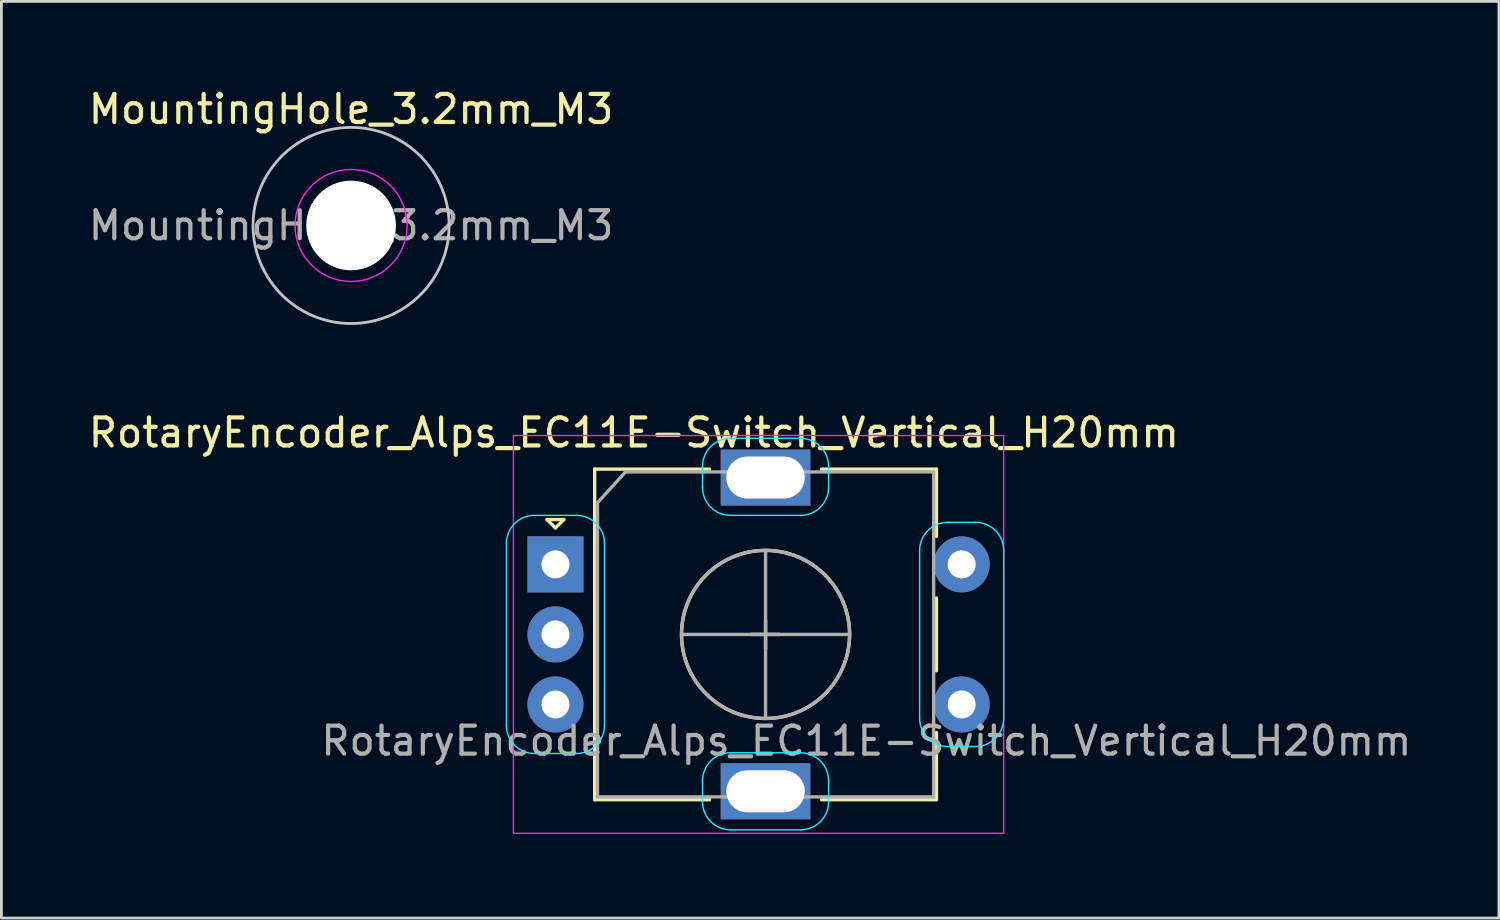
<source format=kicad_pcb>
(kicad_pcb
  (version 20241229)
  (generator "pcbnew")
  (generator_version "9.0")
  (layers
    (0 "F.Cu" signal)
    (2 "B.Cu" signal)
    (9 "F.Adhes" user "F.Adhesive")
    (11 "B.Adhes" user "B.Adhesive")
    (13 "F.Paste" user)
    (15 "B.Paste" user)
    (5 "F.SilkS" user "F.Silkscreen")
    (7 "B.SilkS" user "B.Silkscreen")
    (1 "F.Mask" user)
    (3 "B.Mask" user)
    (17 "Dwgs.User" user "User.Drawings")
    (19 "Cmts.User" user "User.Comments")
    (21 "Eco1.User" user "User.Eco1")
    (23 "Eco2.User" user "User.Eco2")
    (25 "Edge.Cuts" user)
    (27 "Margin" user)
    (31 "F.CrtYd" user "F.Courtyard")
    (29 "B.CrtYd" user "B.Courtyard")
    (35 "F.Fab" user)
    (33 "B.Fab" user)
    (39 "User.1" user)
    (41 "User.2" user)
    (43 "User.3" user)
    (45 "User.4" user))
  (footprint "MountingHole_3.2mm_M3"
    (layer "F.Cu")
    (at 9.482 4.998)
    (property "Reference" "MountingHole_3.2mm_M3" (at 0 -4.15 0) (layer "F.SilkS") (effects (font (size 1 1) (thickness 0.15))))
    (attr exclude_from_pos_files exclude_from_bom)
    (fp_circle (center 0 0) (end 3.5 0) (stroke (width 0.1) (type solid)) (fill no) (layer "Dwgs.User"))
    (fp_circle (center 0 0) (end 2.2 0) (stroke (width 0.1) (type solid)) (fill no) (layer "Eco1.User"))
    (fp_circle (center 0 0) (end 0.9 0) (stroke (width 0.05) (type solid)) (fill no) (layer "B.CrtYd"))
    (fp_circle (center 0 0) (end 2 0) (stroke (width 0.05) (type solid)) (fill no) (layer "F.CrtYd"))
    (fp_text user "${REFERENCE}" (at 0 0 0) (layer "F.Fab") (effects (font (size 1 1) (thickness 0.15))))
    (pad "" np_thru_hole circle (at 0 0) (size 3.2 3.2) (drill 3.2) (layers "*.Cu" "*.Mask")))
  (footprint "RotaryEncoder_Alps_EC11E-Switch_Vertical_H20mm"
    (layer "F.Cu")
    (at 16.777 17.096)
    (property "Reference" "RotaryEncoder_Alps_EC11E-Switch_Vertical_H20mm" (at 2.8 -4.7 0) (layer "F.SilkS") (effects (font (size 1 1) (thickness 0.15))))
    (attr through_hole)
    (fp_line (start -0.3 -1.6) (end 0.3 -1.6) (stroke (width 0.12) (type solid)) (layer "F.SilkS"))
    (fp_line (start 0 -1.3) (end -0.3 -1.6) (stroke (width 0.12) (type solid)) (layer "F.SilkS"))
    (fp_line (start 0.3 -1.6) (end 0 -1.3) (stroke (width 0.12) (type solid)) (layer "F.SilkS"))
    (fp_line (start 1.4 -3.4) (end 1.4 8.4) (stroke (width 0.12) (type solid)) (layer "F.SilkS"))
    (fp_line (start 5.5 -3.4) (end 1.4 -3.4) (stroke (width 0.12) (type solid)) (layer "F.SilkS"))
    (fp_line (start 5.5 8.4) (end 1.4 8.4) (stroke (width 0.12) (type solid)) (layer "F.SilkS"))
    (fp_line (start 7 2.5) (end 8 2.5) (stroke (width 0.12) (type solid)) (layer "F.SilkS"))
    (fp_line (start 7.5 2) (end 7.5 3) (stroke (width 0.12) (type solid)) (layer "F.SilkS"))
    (fp_line (start 9.5 -3.4) (end 13.6 -3.4) (stroke (width 0.12) (type solid)) (layer "F.SilkS"))
    (fp_line (start 13.6 -3.4) (end 13.6 -1) (stroke (width 0.12) (type solid)) (layer "F.SilkS"))
    (fp_line (start 13.6 1.2) (end 13.6 3.8) (stroke (width 0.12) (type solid)) (layer "F.SilkS"))
    (fp_line (start 13.6 6) (end 13.6 8.4) (stroke (width 0.12) (type solid)) (layer "F.SilkS"))
    (fp_line (start 13.6 8.4) (end 9.5 8.4) (stroke (width 0.12) (type solid)) (layer "F.SilkS"))
    (fp_circle (center 7.5 2.5) (end 10.5 2.5) (stroke (width 0.12) (type solid)) (fill no) (layer "F.SilkS"))
    (fp_rect (start 0.75 -4) (end 14.25 9) (stroke (width 0.1) (type default)) (fill no) (layer "Eco1.User"))
    (fp_line (start -1.75 5.75) (end -1.75 -0.75) (stroke (width 0.05) (type default)) (layer "B.CrtYd"))
    (fp_line (start -0.75 -1.75) (end 0.75 -1.75) (stroke (width 0.05) (type default)) (layer "B.CrtYd"))
    (fp_line (start 0.75 6.75) (end -0.75 6.75) (stroke (width 0.05) (type default)) (layer "B.CrtYd"))
    (fp_line (start 1.75 -0.75) (end 1.75 5.75) (stroke (width 0.05) (type default)) (layer "B.CrtYd"))
    (fp_line (start 5.25 -2.75) (end 5.25 -3.5) (stroke (width 0.05) (type default)) (layer "B.CrtYd"))
    (fp_line (start 5.25 8.475) (end 5.25 7.725) (stroke (width 0.05) (type default)) (layer "B.CrtYd"))
    (fp_line (start 6.25 -4.5) (end 8.75 -4.5) (stroke (width 0.05) (type default)) (layer "B.CrtYd"))
    (fp_line (start 6.25 6.725) (end 8.75 6.725) (stroke (width 0.05) (type default)) (layer "B.CrtYd"))
    (fp_line (start 8.75 -1.75) (end 6.25 -1.75) (stroke (width 0.05) (type default)) (layer "B.CrtYd"))
    (fp_line (start 8.75 9.475) (end 6.25 9.475) (stroke (width 0.05) (type default)) (layer "B.CrtYd"))
    (fp_line (start 9.75 -3.5) (end 9.75 -2.75) (stroke (width 0.05) (type default)) (layer "B.CrtYd"))
    (fp_line (start 9.75 7.725) (end 9.75 8.475) (stroke (width 0.05) (type default)) (layer "B.CrtYd"))
    (fp_line (start 13 5.5) (end 13 -0.5) (stroke (width 0.05) (type default)) (layer "B.CrtYd"))
    (fp_line (start 14 -1.5) (end 15 -1.5) (stroke (width 0.05) (type default)) (layer "B.CrtYd"))
    (fp_line (start 15 6.5) (end 14 6.5) (stroke (width 0.05) (type default)) (layer "B.CrtYd"))
    (fp_line (start 16 -0.5) (end 16 5.5) (stroke (width 0.05) (type default)) (layer "B.CrtYd"))
    (fp_arc (start -1.75 -0.75) (mid -1.457107 -1.457107) (end -0.75 -1.75) (stroke (width 0.05) (type default)) (layer "B.CrtYd"))
    (fp_arc (start -0.75 6.75) (mid -1.457107 6.457107) (end -1.75 5.75) (stroke (width 0.05) (type default)) (layer "B.CrtYd"))
    (fp_arc (start 0.75 -1.75) (mid 1.457107 -1.457107) (end 1.75 -0.75) (stroke (width 0.05) (type default)) (layer "B.CrtYd"))
    (fp_arc (start 1.75 5.75) (mid 1.457107 6.457107) (end 0.75 6.75) (stroke (width 0.05) (type default)) (layer "B.CrtYd"))
    (fp_arc (start 5.25 -3.5) (mid 5.542893 -4.207107) (end 6.25 -4.5) (stroke (width 0.05) (type default)) (layer "B.CrtYd"))
    (fp_arc (start 5.25 7.725) (mid 5.542893 7.017893) (end 6.25 6.725) (stroke (width 0.05) (type default)) (layer "B.CrtYd"))
    (fp_arc (start 6.25 -1.75) (mid 5.542893 -2.042893) (end 5.25 -2.75) (stroke (width 0.05) (type default)) (layer "B.CrtYd"))
    (fp_arc (start 6.25 9.475) (mid 5.542893 9.182107) (end 5.25 8.475) (stroke (width 0.05) (type default)) (layer "B.CrtYd"))
    (fp_arc (start 8.75 -4.5) (mid 9.457107 -4.207107) (end 9.75 -3.5) (stroke (width 0.05) (type default)) (layer "B.CrtYd"))
    (fp_arc (start 8.75 6.725) (mid 9.457107 7.017893) (end 9.75 7.725) (stroke (width 0.05) (type default)) (layer "B.CrtYd"))
    (fp_arc (start 9.75 -2.75) (mid 9.457107 -2.042893) (end 8.75 -1.75) (stroke (width 0.05) (type default)) (layer "B.CrtYd"))
    (fp_arc (start 9.75 8.475) (mid 9.457107 9.182107) (end 8.75 9.475) (stroke (width 0.05) (type default)) (layer "B.CrtYd"))
    (fp_arc (start 13 -0.5) (mid 13.292893 -1.207107) (end 14 -1.5) (stroke (width 0.05) (type default)) (layer "B.CrtYd"))
    (fp_arc (start 14 6.5) (mid 13.292893 6.207107) (end 13 5.5) (stroke (width 0.05) (type default)) (layer "B.CrtYd"))
    (fp_arc (start 15 -1.5) (mid 15.707107 -1.207107) (end 16 -0.5) (stroke (width 0.05) (type default)) (layer "B.CrtYd"))
    (fp_arc (start 16 5.5) (mid 15.707107 6.207107) (end 15 6.5) (stroke (width 0.05) (type default)) (layer "B.CrtYd"))
    (fp_line (start -1.5 -4.6) (end -1.5 9.6) (stroke (width 0.05) (type solid)) (layer "F.CrtYd"))
    (fp_line (start -1.5 -4.6) (end 16 -4.6) (stroke (width 0.05) (type solid)) (layer "F.CrtYd"))
    (fp_line (start 16 9.6) (end -1.5 9.6) (stroke (width 0.05) (type solid)) (layer "F.CrtYd"))
    (fp_line (start 16 9.6) (end 16 -4.6) (stroke (width 0.05) (type solid)) (layer "F.CrtYd"))
    (fp_line (start 1.5 -2.2) (end 2.5 -3.3) (stroke (width 0.12) (type solid)) (layer "F.Fab"))
    (fp_line (start 1.5 8.3) (end 1.5 -2.2) (stroke (width 0.12) (type solid)) (layer "F.Fab"))
    (fp_line (start 2.5 -3.3) (end 13.5 -3.3) (stroke (width 0.12) (type solid)) (layer "F.Fab"))
    (fp_line (start 4.5 2.5) (end 10.5 2.5) (stroke (width 0.12) (type solid)) (layer "F.Fab"))
    (fp_line (start 7.5 -0.5) (end 7.5 5.5) (stroke (width 0.12) (type solid)) (layer "F.Fab"))
    (fp_line (start 13.5 -3.3) (end 13.5 8.3) (stroke (width 0.12) (type solid)) (layer "F.Fab"))
    (fp_line (start 13.5 8.3) (end 1.5 8.3) (stroke (width 0.12) (type solid)) (layer "F.Fab"))
    (fp_circle (center 7.5 2.5) (end 10.5 2.5) (stroke (width 0.12) (type solid)) (fill no) (layer "F.Fab"))
    (fp_text user "${REFERENCE}" (at 11.1 6.3 0) (layer "F.Fab") (effects (font (size 1 1) (thickness 0.15))))
    (pad "A" thru_hole rect (at 0 0) (size 2 2) (drill 1) (layers "*.Cu" "*.Mask"))
    (pad "B" thru_hole circle (at 0 5) (size 2 2) (drill 1) (layers "*.Cu" "*.Mask"))
    (pad "C" thru_hole circle (at 0 2.5) (size 2 2) (drill 1) (layers "*.Cu" "*.Mask"))
    (pad "MP" thru_hole rect (at 7.5 -3.1) (size 3.2 2) (drill oval 2.8 1.5) (layers "*.Cu" "*.Mask"))
    (pad "MP" thru_hole rect (at 7.5 8.1) (size 3.2 2) (drill oval 2.8 1.5) (layers "*.Cu" "*.Mask"))
    (pad "S1" thru_hole circle (at 14.5 5) (size 2 2) (drill 1) (layers "*.Cu" "*.Mask"))
    (pad "S2" thru_hole circle (at 14.5 0) (size 2 2) (drill 1) (layers "*.Cu" "*.Mask")))
  (gr_rect
    (start -3 -3)
    (end 50.455 29.721)
    (stroke (width 0.1) (type default))
    (fill no)
    (layer "Edge.Cuts")))
</source>
